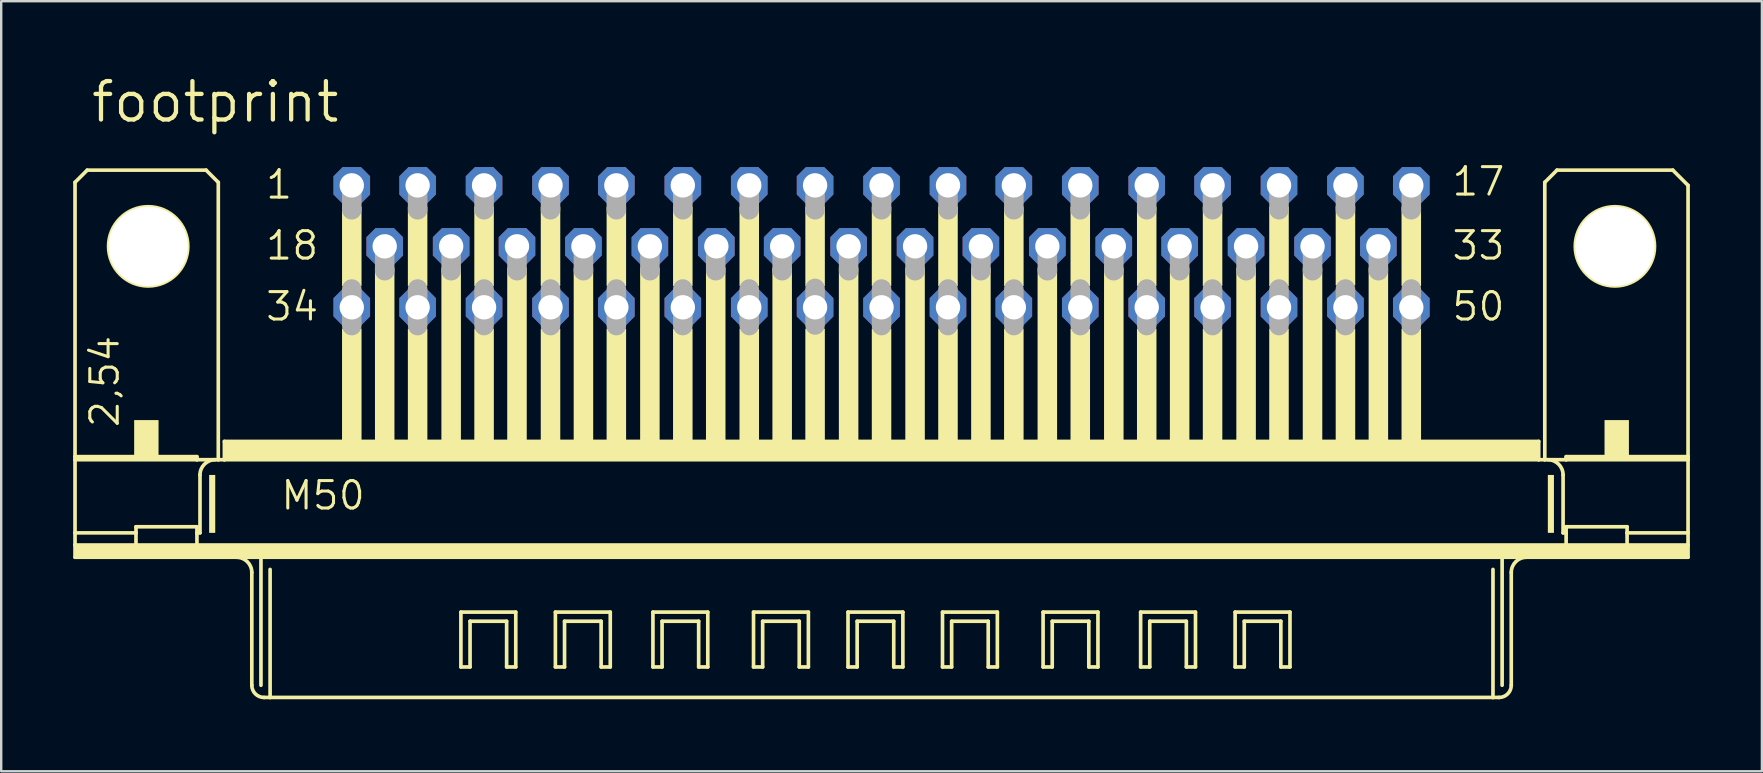
<source format=kicad_pcb>
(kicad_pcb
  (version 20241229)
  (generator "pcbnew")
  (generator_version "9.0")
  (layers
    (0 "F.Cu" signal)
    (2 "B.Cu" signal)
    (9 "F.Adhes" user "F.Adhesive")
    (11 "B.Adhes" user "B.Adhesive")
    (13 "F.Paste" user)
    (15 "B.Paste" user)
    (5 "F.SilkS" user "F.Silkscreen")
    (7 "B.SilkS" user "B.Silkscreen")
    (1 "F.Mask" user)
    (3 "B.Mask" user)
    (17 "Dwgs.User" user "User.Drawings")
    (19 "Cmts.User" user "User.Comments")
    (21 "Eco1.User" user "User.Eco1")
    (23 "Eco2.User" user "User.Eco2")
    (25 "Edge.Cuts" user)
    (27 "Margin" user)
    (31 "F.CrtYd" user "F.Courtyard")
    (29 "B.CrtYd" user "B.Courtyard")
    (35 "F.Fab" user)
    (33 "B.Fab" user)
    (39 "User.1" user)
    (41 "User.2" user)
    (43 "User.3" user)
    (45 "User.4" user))
  (footprint "footprint"
    (layer "F.Cu")
    (at 33.68 7.214)
    (property "Reference" "footprint" (at -33.02 -5.08 0) (layer "F.SilkS") (effects (font (size 1.6 1.6) (thickness 0.178)) (justify left bottom)))
    (fp_line (start -33.604 -2.667) (end -33.604 8.763) (stroke (width 0.152) (type solid)) (layer "F.SilkS"))
    (fp_line (start -33.604 8.89) (end -33.604 8.763) (stroke (width 0.152) (type solid)) (layer "F.SilkS"))
    (fp_line (start -33.604 11.938) (end -33.604 8.89) (stroke (width 0.152) (type solid)) (layer "F.SilkS"))
    (fp_line (start -33.604 12.446) (end -33.604 11.938) (stroke (width 0.152) (type solid)) (layer "F.SilkS"))
    (fp_line (start -33.604 12.954) (end -33.604 12.446) (stroke (width 0.152) (type solid)) (layer "F.SilkS"))
    (fp_line (start -33.096 -3.175) (end -33.604 -2.667) (stroke (width 0.152) (type solid)) (layer "F.SilkS"))
    (fp_line (start -31.064 11.938) (end -33.604 11.938) (stroke (width 0.152) (type solid)) (layer "F.SilkS"))
    (fp_line (start -31.064 11.938) (end -31.064 11.684) (stroke (width 0.152) (type solid)) (layer "F.SilkS"))
    (fp_line (start -31.064 11.938) (end -31.064 12.446) (stroke (width 0.152) (type solid)) (layer "F.SilkS"))
    (fp_line (start -31.064 12.446) (end -33.604 12.446) (stroke (width 0.152) (type solid)) (layer "F.SilkS"))
    (fp_line (start -28.524 8.763) (end -33.604 8.763) (stroke (width 0.152) (type solid)) (layer "F.SilkS"))
    (fp_line (start -28.524 8.763) (end -28.524 8.89) (stroke (width 0.152) (type solid)) (layer "F.SilkS"))
    (fp_line (start -28.524 8.89) (end -33.604 8.89) (stroke (width 0.152) (type solid)) (layer "F.SilkS"))
    (fp_line (start -28.524 11.684) (end -31.064 11.684) (stroke (width 0.152) (type solid)) (layer "F.SilkS"))
    (fp_line (start -28.524 11.684) (end -28.524 11.938) (stroke (width 0.152) (type solid)) (layer "F.SilkS"))
    (fp_line (start -28.524 11.938) (end -28.524 12.446) (stroke (width 0.152) (type solid)) (layer "F.SilkS"))
    (fp_line (start -28.524 12.446) (end -31.064 12.446) (stroke (width 0.152) (type solid)) (layer "F.SilkS"))
    (fp_line (start -28.397 9.525) (end -28.397 11.938) (stroke (width 0.152) (type solid)) (layer "F.SilkS"))
    (fp_line (start -28.397 11.938) (end -28.524 11.938) (stroke (width 0.152) (type solid)) (layer "F.SilkS"))
    (fp_line (start -28.143 -3.175) (end -33.096 -3.175) (stroke (width 0.152) (type solid)) (layer "F.SilkS"))
    (fp_line (start -27.635 -2.667) (end -28.143 -3.175) (stroke (width 0.152) (type solid)) (layer "F.SilkS"))
    (fp_line (start -27.635 -2.667) (end -27.635 8.89) (stroke (width 0.152) (type solid)) (layer "F.SilkS"))
    (fp_line (start -27.635 8.89) (end -28.524 8.89) (stroke (width 0.152) (type solid)) (layer "F.SilkS"))
    (fp_line (start -27.381 8.89) (end -27.635 8.89) (stroke (width 0.152) (type solid)) (layer "F.SilkS"))
    (fp_line (start -27.381 8.89) (end -27.381 8.128) (stroke (width 0.152) (type solid)) (layer "F.SilkS"))
    (fp_line (start -26.238 13.589) (end -26.238 18.288) (stroke (width 0.152) (type solid)) (layer "F.SilkS"))
    (fp_line (start -25.857 12.954) (end -33.604 12.954) (stroke (width 0.152) (type solid)) (layer "F.SilkS"))
    (fp_line (start -25.857 12.954) (end -25.857 18.288) (stroke (width 0.152) (type solid)) (layer "F.SilkS"))
    (fp_line (start -25.476 13.462) (end -25.476 18.796) (stroke (width 0.152) (type solid)) (layer "F.SilkS"))
    (fp_line (start -25.476 18.796) (end -25.73 18.796) (stroke (width 0.152) (type solid)) (layer "F.SilkS"))
    (fp_line (start -17.526 15.24) (end -15.24 15.24) (stroke (width 0.152) (type solid)) (layer "F.SilkS"))
    (fp_line (start -17.526 17.526) (end -17.526 15.24) (stroke (width 0.152) (type solid)) (layer "F.SilkS"))
    (fp_line (start -17.145 15.621) (end -17.145 17.526) (stroke (width 0.152) (type solid)) (layer "F.SilkS"))
    (fp_line (start -17.145 17.526) (end -17.526 17.526) (stroke (width 0.152) (type solid)) (layer "F.SilkS"))
    (fp_line (start -15.621 15.621) (end -17.145 15.621) (stroke (width 0.152) (type solid)) (layer "F.SilkS"))
    (fp_line (start -15.621 17.526) (end -15.621 15.621) (stroke (width 0.152) (type solid)) (layer "F.SilkS"))
    (fp_line (start -15.24 15.24) (end -15.24 17.526) (stroke (width 0.152) (type solid)) (layer "F.SilkS"))
    (fp_line (start -15.24 17.526) (end -15.621 17.526) (stroke (width 0.152) (type solid)) (layer "F.SilkS"))
    (fp_line (start -13.589 15.24) (end -11.303 15.24) (stroke (width 0.152) (type solid)) (layer "F.SilkS"))
    (fp_line (start -13.589 17.526) (end -13.589 15.24) (stroke (width 0.152) (type solid)) (layer "F.SilkS"))
    (fp_line (start -13.208 15.621) (end -13.208 17.526) (stroke (width 0.152) (type solid)) (layer "F.SilkS"))
    (fp_line (start -13.208 17.526) (end -13.589 17.526) (stroke (width 0.152) (type solid)) (layer "F.SilkS"))
    (fp_line (start -11.684 15.621) (end -13.208 15.621) (stroke (width 0.152) (type solid)) (layer "F.SilkS"))
    (fp_line (start -11.684 17.526) (end -11.684 15.621) (stroke (width 0.152) (type solid)) (layer "F.SilkS"))
    (fp_line (start -11.303 15.24) (end -11.303 17.526) (stroke (width 0.152) (type solid)) (layer "F.SilkS"))
    (fp_line (start -11.303 17.526) (end -11.684 17.526) (stroke (width 0.152) (type solid)) (layer "F.SilkS"))
    (fp_line (start -9.525 15.24) (end -7.239 15.24) (stroke (width 0.152) (type solid)) (layer "F.SilkS"))
    (fp_line (start -9.525 17.526) (end -9.525 15.24) (stroke (width 0.152) (type solid)) (layer "F.SilkS"))
    (fp_line (start -9.144 15.621) (end -9.144 17.526) (stroke (width 0.152) (type solid)) (layer "F.SilkS"))
    (fp_line (start -9.144 17.526) (end -9.525 17.526) (stroke (width 0.152) (type solid)) (layer "F.SilkS"))
    (fp_line (start -7.62 15.621) (end -9.144 15.621) (stroke (width 0.152) (type solid)) (layer "F.SilkS"))
    (fp_line (start -7.62 17.526) (end -7.62 15.621) (stroke (width 0.152) (type solid)) (layer "F.SilkS"))
    (fp_line (start -7.239 15.24) (end -7.239 17.526) (stroke (width 0.152) (type solid)) (layer "F.SilkS"))
    (fp_line (start -7.239 17.526) (end -7.62 17.526) (stroke (width 0.152) (type solid)) (layer "F.SilkS"))
    (fp_line (start -5.334 15.24) (end -3.048 15.24) (stroke (width 0.152) (type solid)) (layer "F.SilkS"))
    (fp_line (start -5.334 17.526) (end -5.334 15.24) (stroke (width 0.152) (type solid)) (layer "F.SilkS"))
    (fp_line (start -4.953 15.621) (end -4.953 17.526) (stroke (width 0.152) (type solid)) (layer "F.SilkS"))
    (fp_line (start -4.953 17.526) (end -5.334 17.526) (stroke (width 0.152) (type solid)) (layer "F.SilkS"))
    (fp_line (start -3.429 15.621) (end -4.953 15.621) (stroke (width 0.152) (type solid)) (layer "F.SilkS"))
    (fp_line (start -3.429 17.526) (end -3.429 15.621) (stroke (width 0.152) (type solid)) (layer "F.SilkS"))
    (fp_line (start -3.048 15.24) (end -3.048 17.526) (stroke (width 0.152) (type solid)) (layer "F.SilkS"))
    (fp_line (start -3.048 17.526) (end -3.429 17.526) (stroke (width 0.152) (type solid)) (layer "F.SilkS"))
    (fp_line (start -1.397 15.24) (end 0.889 15.24) (stroke (width 0.152) (type solid)) (layer "F.SilkS"))
    (fp_line (start -1.397 17.526) (end -1.397 15.24) (stroke (width 0.152) (type solid)) (layer "F.SilkS"))
    (fp_line (start -1.016 15.621) (end -1.016 17.526) (stroke (width 0.152) (type solid)) (layer "F.SilkS"))
    (fp_line (start -1.016 17.526) (end -1.397 17.526) (stroke (width 0.152) (type solid)) (layer "F.SilkS"))
    (fp_line (start 0.508 15.621) (end -1.016 15.621) (stroke (width 0.152) (type solid)) (layer "F.SilkS"))
    (fp_line (start 0.508 17.526) (end 0.508 15.621) (stroke (width 0.152) (type solid)) (layer "F.SilkS"))
    (fp_line (start 0.889 15.24) (end 0.889 17.526) (stroke (width 0.152) (type solid)) (layer "F.SilkS"))
    (fp_line (start 0.889 17.526) (end 0.508 17.526) (stroke (width 0.152) (type solid)) (layer "F.SilkS"))
    (fp_line (start 2.54 15.24) (end 4.826 15.24) (stroke (width 0.152) (type solid)) (layer "F.SilkS"))
    (fp_line (start 2.54 17.526) (end 2.54 15.24) (stroke (width 0.152) (type solid)) (layer "F.SilkS"))
    (fp_line (start 2.921 15.621) (end 2.921 17.526) (stroke (width 0.152) (type solid)) (layer "F.SilkS"))
    (fp_line (start 2.921 17.526) (end 2.54 17.526) (stroke (width 0.152) (type solid)) (layer "F.SilkS"))
    (fp_line (start 4.445 15.621) (end 2.921 15.621) (stroke (width 0.152) (type solid)) (layer "F.SilkS"))
    (fp_line (start 4.445 17.526) (end 4.445 15.621) (stroke (width 0.152) (type solid)) (layer "F.SilkS"))
    (fp_line (start 4.826 15.24) (end 4.826 17.526) (stroke (width 0.152) (type solid)) (layer "F.SilkS"))
    (fp_line (start 4.826 17.526) (end 4.445 17.526) (stroke (width 0.152) (type solid)) (layer "F.SilkS"))
    (fp_line (start 6.731 15.24) (end 9.017 15.24) (stroke (width 0.152) (type solid)) (layer "F.SilkS"))
    (fp_line (start 6.731 17.526) (end 6.731 15.24) (stroke (width 0.152) (type solid)) (layer "F.SilkS"))
    (fp_line (start 7.112 15.621) (end 7.112 17.526) (stroke (width 0.152) (type solid)) (layer "F.SilkS"))
    (fp_line (start 7.112 17.526) (end 6.731 17.526) (stroke (width 0.152) (type solid)) (layer "F.SilkS"))
    (fp_line (start 8.636 15.621) (end 7.112 15.621) (stroke (width 0.152) (type solid)) (layer "F.SilkS"))
    (fp_line (start 8.636 17.526) (end 8.636 15.621) (stroke (width 0.152) (type solid)) (layer "F.SilkS"))
    (fp_line (start 9.017 15.24) (end 9.017 17.526) (stroke (width 0.152) (type solid)) (layer "F.SilkS"))
    (fp_line (start 9.017 17.526) (end 8.636 17.526) (stroke (width 0.152) (type solid)) (layer "F.SilkS"))
    (fp_line (start 10.795 15.24) (end 13.081 15.24) (stroke (width 0.152) (type solid)) (layer "F.SilkS"))
    (fp_line (start 10.795 17.526) (end 10.795 15.24) (stroke (width 0.152) (type solid)) (layer "F.SilkS"))
    (fp_line (start 11.176 15.621) (end 11.176 17.526) (stroke (width 0.152) (type solid)) (layer "F.SilkS"))
    (fp_line (start 11.176 17.526) (end 10.795 17.526) (stroke (width 0.152) (type solid)) (layer "F.SilkS"))
    (fp_line (start 12.7 15.621) (end 11.176 15.621) (stroke (width 0.152) (type solid)) (layer "F.SilkS"))
    (fp_line (start 12.7 17.526) (end 12.7 15.621) (stroke (width 0.152) (type solid)) (layer "F.SilkS"))
    (fp_line (start 13.081 15.24) (end 13.081 17.526) (stroke (width 0.152) (type solid)) (layer "F.SilkS"))
    (fp_line (start 13.081 17.526) (end 12.7 17.526) (stroke (width 0.152) (type solid)) (layer "F.SilkS"))
    (fp_line (start 14.732 15.24) (end 17.018 15.24) (stroke (width 0.152) (type solid)) (layer "F.SilkS"))
    (fp_line (start 14.732 17.526) (end 14.732 15.24) (stroke (width 0.152) (type solid)) (layer "F.SilkS"))
    (fp_line (start 15.113 15.621) (end 15.113 17.526) (stroke (width 0.152) (type solid)) (layer "F.SilkS"))
    (fp_line (start 15.113 17.526) (end 14.732 17.526) (stroke (width 0.152) (type solid)) (layer "F.SilkS"))
    (fp_line (start 16.637 15.621) (end 15.113 15.621) (stroke (width 0.152) (type solid)) (layer "F.SilkS"))
    (fp_line (start 16.637 17.526) (end 16.637 15.621) (stroke (width 0.152) (type solid)) (layer "F.SilkS"))
    (fp_line (start 17.018 15.24) (end 17.018 17.526) (stroke (width 0.152) (type solid)) (layer "F.SilkS"))
    (fp_line (start 17.018 17.526) (end 16.637 17.526) (stroke (width 0.152) (type solid)) (layer "F.SilkS"))
    (fp_line (start 25.476 13.462) (end 25.476 18.796) (stroke (width 0.152) (type solid)) (layer "F.SilkS"))
    (fp_line (start 25.476 18.796) (end -25.476 18.796) (stroke (width 0.152) (type solid)) (layer "F.SilkS"))
    (fp_line (start 25.73 18.796) (end 25.476 18.796) (stroke (width 0.152) (type solid)) (layer "F.SilkS"))
    (fp_line (start 25.857 12.954) (end -25.857 12.954) (stroke (width 0.152) (type solid)) (layer "F.SilkS"))
    (fp_line (start 25.857 12.954) (end 25.857 18.288) (stroke (width 0.152) (type solid)) (layer "F.SilkS"))
    (fp_line (start 26.238 13.589) (end 26.238 18.288) (stroke (width 0.152) (type solid)) (layer "F.SilkS"))
    (fp_line (start 27.381 8.128) (end -27.381 8.128) (stroke (width 0.152) (type solid)) (layer "F.SilkS"))
    (fp_line (start 27.381 8.89) (end -27.381 8.89) (stroke (width 0.152) (type solid)) (layer "F.SilkS"))
    (fp_line (start 27.381 8.89) (end 27.381 8.128) (stroke (width 0.152) (type solid)) (layer "F.SilkS"))
    (fp_line (start 27.635 -2.667) (end 27.635 8.89) (stroke (width 0.152) (type solid)) (layer "F.SilkS"))
    (fp_line (start 27.635 8.89) (end 27.381 8.89) (stroke (width 0.152) (type solid)) (layer "F.SilkS"))
    (fp_line (start 28.143 -3.175) (end 27.635 -2.667) (stroke (width 0.152) (type solid)) (layer "F.SilkS"))
    (fp_line (start 28.143 -3.175) (end 32.969 -3.175) (stroke (width 0.152) (type solid)) (layer "F.SilkS"))
    (fp_line (start 28.397 9.525) (end 28.397 11.938) (stroke (width 0.152) (type solid)) (layer "F.SilkS"))
    (fp_line (start 28.524 8.763) (end 28.524 8.89) (stroke (width 0.152) (type solid)) (layer "F.SilkS"))
    (fp_line (start 28.524 8.89) (end 27.635 8.89) (stroke (width 0.152) (type solid)) (layer "F.SilkS"))
    (fp_line (start 28.524 11.684) (end 28.524 11.938) (stroke (width 0.152) (type solid)) (layer "F.SilkS"))
    (fp_line (start 28.524 11.938) (end 28.397 11.938) (stroke (width 0.152) (type solid)) (layer "F.SilkS"))
    (fp_line (start 28.524 11.938) (end 28.524 12.446) (stroke (width 0.152) (type solid)) (layer "F.SilkS"))
    (fp_line (start 28.524 12.446) (end -28.524 12.446) (stroke (width 0.152) (type solid)) (layer "F.SilkS"))
    (fp_line (start 31.064 11.684) (end 28.524 11.684) (stroke (width 0.152) (type solid)) (layer "F.SilkS"))
    (fp_line (start 31.064 11.938) (end 31.064 11.684) (stroke (width 0.152) (type solid)) (layer "F.SilkS"))
    (fp_line (start 31.064 11.938) (end 31.064 12.446) (stroke (width 0.152) (type solid)) (layer "F.SilkS"))
    (fp_line (start 31.064 12.446) (end 28.524 12.446) (stroke (width 0.152) (type solid)) (layer "F.SilkS"))
    (fp_line (start 32.969 -3.175) (end 33.604 -2.54) (stroke (width 0.152) (type solid)) (layer "F.SilkS"))
    (fp_line (start 33.604 -2.54) (end 33.604 8.763) (stroke (width 0.152) (type solid)) (layer "F.SilkS"))
    (fp_line (start 33.604 8.763) (end 28.524 8.763) (stroke (width 0.152) (type solid)) (layer "F.SilkS"))
    (fp_line (start 33.604 8.89) (end 28.524 8.89) (stroke (width 0.152) (type solid)) (layer "F.SilkS"))
    (fp_line (start 33.604 8.89) (end 33.604 8.763) (stroke (width 0.152) (type solid)) (layer "F.SilkS"))
    (fp_line (start 33.604 8.89) (end 33.604 11.938) (stroke (width 0.152) (type solid)) (layer "F.SilkS"))
    (fp_line (start 33.604 11.938) (end 31.064 11.938) (stroke (width 0.152) (type solid)) (layer "F.SilkS"))
    (fp_line (start 33.604 11.938) (end 33.604 12.446) (stroke (width 0.152) (type solid)) (layer "F.SilkS"))
    (fp_line (start 33.604 12.446) (end 31.064 12.446) (stroke (width 0.152) (type solid)) (layer "F.SilkS"))
    (fp_line (start 33.604 12.446) (end 33.604 12.954) (stroke (width 0.152) (type solid)) (layer "F.SilkS"))
    (fp_line (start 33.604 12.954) (end 25.857 12.954) (stroke (width 0.152) (type solid)) (layer "F.SilkS"))
    (fp_arc (start -28.3972 9.525) (mid -28.211213 9.075987) (end -27.7622 8.89) (stroke (width 0.1524) (type solid)) (layer "F.SilkS"))
    (fp_arc (start -26.8732 12.954) (mid -26.424187 13.139987) (end -26.2382 13.589) (stroke (width 0.1524) (type solid)) (layer "F.SilkS"))
    (fp_arc (start -25.7302 18.796) (mid -26.08941 18.64721) (end -26.2382 18.288) (stroke (width 0.1524) (type solid)) (layer "F.SilkS"))
    (fp_arc (start 26.2382 13.589) (mid 26.424187 13.139987) (end 26.8732 12.954) (stroke (width 0.1524) (type solid)) (layer "F.SilkS"))
    (fp_arc (start 26.2382 18.288) (mid 26.08941 18.64721) (end 25.7302 18.796) (stroke (width 0.1524) (type solid)) (layer "F.SilkS"))
    (fp_arc (start 27.7622 8.89) (mid 28.211213 9.075987) (end 28.3972 9.525) (stroke (width 0.1524) (type solid)) (layer "F.SilkS"))
    (fp_circle (center -30.556 0) (end -28.905 0) (stroke (width 0.152) (type solid)) (fill no) (layer "F.SilkS"))
    (fp_circle (center 30.556 0) (end 32.207 0) (stroke (width 0.152) (type solid)) (fill no) (layer "F.SilkS"))
    (fp_poly (pts (xy -33.604 12.954) (xy 33.579 12.954) (xy 33.579 12.446) (xy -33.604 12.446)) (stroke (width 0) (type solid)) (fill yes) (layer "F.SilkS"))
    (fp_poly (pts (xy -31.14 8.89) (xy -30.124 8.89) (xy -30.124 7.239) (xy -31.14 7.239)) (stroke (width 0) (type solid)) (fill yes) (layer "F.SilkS"))
    (fp_poly (pts (xy -28.016 11.938) (xy -27.762 11.938) (xy -27.762 9.525) (xy -28.016 9.525)) (stroke (width 0) (type solid)) (fill yes) (layer "F.SilkS"))
    (fp_poly (pts (xy -27.381 8.89) (xy 27.356 8.89) (xy 27.356 8.128) (xy -27.381 8.128)) (stroke (width 0) (type solid)) (fill yes) (layer "F.SilkS"))
    (fp_poly (pts (xy -22.479 1.651) (xy -21.666 1.651) (xy -21.666 -1.651) (xy -22.479 -1.651)) (stroke (width 0) (type solid)) (fill yes) (layer "F.SilkS"))
    (fp_poly (pts (xy -22.479 8.128) (xy -21.666 8.128) (xy -21.666 3.429) (xy -22.479 3.429)) (stroke (width 0) (type solid)) (fill yes) (layer "F.SilkS"))
    (fp_poly (pts (xy -21.107 8.128) (xy -20.295 8.128) (xy -20.295 0.889) (xy -21.107 0.889)) (stroke (width 0) (type solid)) (fill yes) (layer "F.SilkS"))
    (fp_poly (pts (xy -19.736 1.651) (xy -18.923 1.651) (xy -18.923 -1.651) (xy -19.736 -1.651)) (stroke (width 0) (type solid)) (fill yes) (layer "F.SilkS"))
    (fp_poly (pts (xy -19.736 8.128) (xy -18.923 8.128) (xy -18.923 3.429) (xy -19.736 3.429)) (stroke (width 0) (type solid)) (fill yes) (layer "F.SilkS"))
    (fp_poly (pts (xy -18.339 8.128) (xy -17.526 8.128) (xy -17.526 0.889) (xy -18.339 0.889)) (stroke (width 0) (type solid)) (fill yes) (layer "F.SilkS"))
    (fp_poly (pts (xy -16.967 1.651) (xy -16.154 1.651) (xy -16.154 -1.651) (xy -16.967 -1.651)) (stroke (width 0) (type solid)) (fill yes) (layer "F.SilkS"))
    (fp_poly (pts (xy -16.967 8.128) (xy -16.154 8.128) (xy -16.154 3.429) (xy -16.967 3.429)) (stroke (width 0) (type solid)) (fill yes) (layer "F.SilkS"))
    (fp_poly (pts (xy -15.596 8.128) (xy -14.783 8.128) (xy -14.783 0.889) (xy -15.596 0.889)) (stroke (width 0) (type solid)) (fill yes) (layer "F.SilkS"))
    (fp_poly (pts (xy -14.199 1.651) (xy -13.386 1.651) (xy -13.386 -1.651) (xy -14.199 -1.651)) (stroke (width 0) (type solid)) (fill yes) (layer "F.SilkS"))
    (fp_poly (pts (xy -14.199 8.128) (xy -13.386 8.128) (xy -13.386 3.429) (xy -14.199 3.429)) (stroke (width 0) (type solid)) (fill yes) (layer "F.SilkS"))
    (fp_poly (pts (xy -12.827 8.128) (xy -12.014 8.128) (xy -12.014 0.889) (xy -12.827 0.889)) (stroke (width 0) (type solid)) (fill yes) (layer "F.SilkS"))
    (fp_poly (pts (xy -11.455 1.651) (xy -10.643 1.651) (xy -10.643 -1.651) (xy -11.455 -1.651)) (stroke (width 0) (type solid)) (fill yes) (layer "F.SilkS"))
    (fp_poly (pts (xy -11.455 8.128) (xy -10.643 8.128) (xy -10.643 3.429) (xy -11.455 3.429)) (stroke (width 0) (type solid)) (fill yes) (layer "F.SilkS"))
    (fp_poly (pts (xy -10.058 8.128) (xy -9.246 8.128) (xy -9.246 0.889) (xy -10.058 0.889)) (stroke (width 0) (type solid)) (fill yes) (layer "F.SilkS"))
    (fp_poly (pts (xy -8.687 1.651) (xy -7.874 1.651) (xy -7.874 -1.651) (xy -8.687 -1.651)) (stroke (width 0) (type solid)) (fill yes) (layer "F.SilkS"))
    (fp_poly (pts (xy -8.687 8.128) (xy -7.874 8.128) (xy -7.874 3.429) (xy -8.687 3.429)) (stroke (width 0) (type solid)) (fill yes) (layer "F.SilkS"))
    (fp_poly (pts (xy -7.315 8.128) (xy -6.502 8.128) (xy -6.502 0.889) (xy -7.315 0.889)) (stroke (width 0) (type solid)) (fill yes) (layer "F.SilkS"))
    (fp_poly (pts (xy -5.918 1.651) (xy -5.105 1.651) (xy -5.105 -1.651) (xy -5.918 -1.651)) (stroke (width 0) (type solid)) (fill yes) (layer "F.SilkS"))
    (fp_poly (pts (xy -5.918 8.128) (xy -5.105 8.128) (xy -5.105 3.429) (xy -5.918 3.429)) (stroke (width 0) (type solid)) (fill yes) (layer "F.SilkS"))
    (fp_poly (pts (xy -4.547 8.128) (xy -3.734 8.128) (xy -3.734 0.889) (xy -4.547 0.889)) (stroke (width 0) (type solid)) (fill yes) (layer "F.SilkS"))
    (fp_poly (pts (xy -3.175 1.651) (xy -2.362 1.651) (xy -2.362 -1.651) (xy -3.175 -1.651)) (stroke (width 0) (type solid)) (fill yes) (layer "F.SilkS"))
    (fp_poly (pts (xy -3.175 8.128) (xy -2.362 8.128) (xy -2.362 3.429) (xy -3.175 3.429)) (stroke (width 0) (type solid)) (fill yes) (layer "F.SilkS"))
    (fp_poly (pts (xy -1.778 8.128) (xy -0.965 8.128) (xy -0.965 0.889) (xy -1.778 0.889)) (stroke (width 0) (type solid)) (fill yes) (layer "F.SilkS"))
    (fp_poly (pts (xy -0.406 1.651) (xy 0.406 1.651) (xy 0.406 -1.651) (xy -0.406 -1.651)) (stroke (width 0) (type solid)) (fill yes) (layer "F.SilkS"))
    (fp_poly (pts (xy -0.406 8.128) (xy 0.406 8.128) (xy 0.406 3.429) (xy -0.406 3.429)) (stroke (width 0) (type solid)) (fill yes) (layer "F.SilkS"))
    (fp_poly (pts (xy 0.991 8.128) (xy 1.803 8.128) (xy 1.803 0.889) (xy 0.991 0.889)) (stroke (width 0) (type solid)) (fill yes) (layer "F.SilkS"))
    (fp_poly (pts (xy 2.362 1.651) (xy 3.175 1.651) (xy 3.175 -1.651) (xy 2.362 -1.651)) (stroke (width 0) (type solid)) (fill yes) (layer "F.SilkS"))
    (fp_poly (pts (xy 2.362 8.128) (xy 3.175 8.128) (xy 3.175 3.429) (xy 2.362 3.429)) (stroke (width 0) (type solid)) (fill yes) (layer "F.SilkS"))
    (fp_poly (pts (xy 3.734 8.128) (xy 4.547 8.128) (xy 4.547 0.889) (xy 3.734 0.889)) (stroke (width 0) (type solid)) (fill yes) (layer "F.SilkS"))
    (fp_poly (pts (xy 5.105 1.651) (xy 5.918 1.651) (xy 5.918 -1.651) (xy 5.105 -1.651)) (stroke (width 0) (type solid)) (fill yes) (layer "F.SilkS"))
    (fp_poly (pts (xy 5.105 8.128) (xy 5.918 8.128) (xy 5.918 3.429) (xy 5.105 3.429)) (stroke (width 0) (type solid)) (fill yes) (layer "F.SilkS"))
    (fp_poly (pts (xy 6.502 8.128) (xy 7.315 8.128) (xy 7.315 0.889) (xy 6.502 0.889)) (stroke (width 0) (type solid)) (fill yes) (layer "F.SilkS"))
    (fp_poly (pts (xy 7.874 1.651) (xy 8.687 1.651) (xy 8.687 -1.651) (xy 7.874 -1.651)) (stroke (width 0) (type solid)) (fill yes) (layer "F.SilkS"))
    (fp_poly (pts (xy 7.874 8.128) (xy 8.687 8.128) (xy 8.687 3.429) (xy 7.874 3.429)) (stroke (width 0) (type solid)) (fill yes) (layer "F.SilkS"))
    (fp_poly (pts (xy 9.271 8.128) (xy 10.084 8.128) (xy 10.084 0.889) (xy 9.271 0.889)) (stroke (width 0) (type solid)) (fill yes) (layer "F.SilkS"))
    (fp_poly (pts (xy 10.643 1.651) (xy 11.455 1.651) (xy 11.455 -1.651) (xy 10.643 -1.651)) (stroke (width 0) (type solid)) (fill yes) (layer "F.SilkS"))
    (fp_poly (pts (xy 10.643 8.128) (xy 11.455 8.128) (xy 11.455 3.429) (xy 10.643 3.429)) (stroke (width 0) (type solid)) (fill yes) (layer "F.SilkS"))
    (fp_poly (pts (xy 12.014 8.128) (xy 12.827 8.128) (xy 12.827 0.889) (xy 12.014 0.889)) (stroke (width 0) (type solid)) (fill yes) (layer "F.SilkS"))
    (fp_poly (pts (xy 13.386 1.651) (xy 14.199 1.651) (xy 14.199 -1.651) (xy 13.386 -1.651)) (stroke (width 0) (type solid)) (fill yes) (layer "F.SilkS"))
    (fp_poly (pts (xy 13.386 8.128) (xy 14.199 8.128) (xy 14.199 3.429) (xy 13.386 3.429)) (stroke (width 0) (type solid)) (fill yes) (layer "F.SilkS"))
    (fp_poly (pts (xy 14.783 8.128) (xy 15.596 8.128) (xy 15.596 0.889) (xy 14.783 0.889)) (stroke (width 0) (type solid)) (fill yes) (layer "F.SilkS"))
    (fp_poly (pts (xy 16.154 1.651) (xy 16.967 1.651) (xy 16.967 -1.651) (xy 16.154 -1.651)) (stroke (width 0) (type solid)) (fill yes) (layer "F.SilkS"))
    (fp_poly (pts (xy 16.154 8.128) (xy 16.967 8.128) (xy 16.967 3.429) (xy 16.154 3.429)) (stroke (width 0) (type solid)) (fill yes) (layer "F.SilkS"))
    (fp_poly (pts (xy 17.551 8.128) (xy 18.364 8.128) (xy 18.364 0.889) (xy 17.551 0.889)) (stroke (width 0) (type solid)) (fill yes) (layer "F.SilkS"))
    (fp_poly (pts (xy 18.923 1.626) (xy 19.736 1.626) (xy 19.736 -1.676) (xy 18.923 -1.676)) (stroke (width 0) (type solid)) (fill yes) (layer "F.SilkS"))
    (fp_poly (pts (xy 18.923 8.128) (xy 19.736 8.128) (xy 19.736 3.429) (xy 18.923 3.429)) (stroke (width 0) (type solid)) (fill yes) (layer "F.SilkS"))
    (fp_poly (pts (xy 20.295 8.128) (xy 21.107 8.128) (xy 21.107 0.889) (xy 20.295 0.889)) (stroke (width 0) (type solid)) (fill yes) (layer "F.SilkS"))
    (fp_poly (pts (xy 21.666 1.651) (xy 22.479 1.651) (xy 22.479 -1.651) (xy 21.666 -1.651)) (stroke (width 0) (type solid)) (fill yes) (layer "F.SilkS"))
    (fp_poly (pts (xy 21.666 8.128) (xy 22.479 8.128) (xy 22.479 3.429) (xy 21.666 3.429)) (stroke (width 0) (type solid)) (fill yes) (layer "F.SilkS"))
    (fp_poly (pts (xy 27.762 11.938) (xy 28.016 11.938) (xy 28.016 9.525) (xy 27.762 9.525)) (stroke (width 0) (type solid)) (fill yes) (layer "F.SilkS"))
    (fp_poly (pts (xy 30.124 8.89) (xy 31.14 8.89) (xy 31.14 7.239) (xy 30.124 7.239)) (stroke (width 0) (type solid)) (fill yes) (layer "F.SilkS"))
    (fp_line (start -22.073 -2.54) (end -22.073 -1.524) (stroke (width 0.813) (type solid)) (layer "F.Fab"))
    (fp_line (start -22.073 1.778) (end -22.073 3.302) (stroke (width 0.813) (type solid)) (layer "F.Fab"))
    (fp_line (start -20.701 0) (end -20.701 1.016) (stroke (width 0.813) (type solid)) (layer "F.Fab"))
    (fp_line (start -19.329 -2.54) (end -19.329 -1.524) (stroke (width 0.813) (type solid)) (layer "F.Fab"))
    (fp_line (start -19.329 1.778) (end -19.329 3.302) (stroke (width 0.813) (type solid)) (layer "F.Fab"))
    (fp_line (start -17.932 0) (end -17.932 1.016) (stroke (width 0.813) (type solid)) (layer "F.Fab"))
    (fp_line (start -16.561 -2.54) (end -16.561 -1.524) (stroke (width 0.813) (type solid)) (layer "F.Fab"))
    (fp_line (start -16.561 1.778) (end -16.561 3.302) (stroke (width 0.813) (type solid)) (layer "F.Fab"))
    (fp_line (start -15.189 0) (end -15.189 1.016) (stroke (width 0.813) (type solid)) (layer "F.Fab"))
    (fp_line (start -13.792 -2.54) (end -13.792 -1.524) (stroke (width 0.813) (type solid)) (layer "F.Fab"))
    (fp_line (start -13.792 1.778) (end -13.792 3.302) (stroke (width 0.813) (type solid)) (layer "F.Fab"))
    (fp_line (start -12.421 0) (end -12.421 1.016) (stroke (width 0.813) (type solid)) (layer "F.Fab"))
    (fp_line (start -11.049 -2.54) (end -11.049 -1.524) (stroke (width 0.813) (type solid)) (layer "F.Fab"))
    (fp_line (start -11.049 1.778) (end -11.049 3.302) (stroke (width 0.813) (type solid)) (layer "F.Fab"))
    (fp_line (start -9.652 0) (end -9.652 1.016) (stroke (width 0.813) (type solid)) (layer "F.Fab"))
    (fp_line (start -8.28 -2.54) (end -8.28 -1.524) (stroke (width 0.813) (type solid)) (layer "F.Fab"))
    (fp_line (start -8.28 1.778) (end -8.28 3.302) (stroke (width 0.813) (type solid)) (layer "F.Fab"))
    (fp_line (start -6.909 0) (end -6.909 1.016) (stroke (width 0.813) (type solid)) (layer "F.Fab"))
    (fp_line (start -5.512 -2.54) (end -5.512 -1.524) (stroke (width 0.813) (type solid)) (layer "F.Fab"))
    (fp_line (start -5.512 1.778) (end -5.512 3.302) (stroke (width 0.813) (type solid)) (layer "F.Fab"))
    (fp_line (start -4.14 0) (end -4.14 1.016) (stroke (width 0.813) (type solid)) (layer "F.Fab"))
    (fp_line (start -2.769 -2.54) (end -2.769 -1.524) (stroke (width 0.813) (type solid)) (layer "F.Fab"))
    (fp_line (start -2.769 1.753) (end -2.769 3.277) (stroke (width 0.813) (type solid)) (layer "F.Fab"))
    (fp_line (start -1.372 0) (end -1.372 1.016) (stroke (width 0.813) (type solid)) (layer "F.Fab"))
    (fp_line (start 0 -2.54) (end 0 -1.524) (stroke (width 0.813) (type solid)) (layer "F.Fab"))
    (fp_line (start 0 1.778) (end 0 3.302) (stroke (width 0.813) (type solid)) (layer "F.Fab"))
    (fp_line (start 1.397 0) (end 1.397 1.016) (stroke (width 0.813) (type solid)) (layer "F.Fab"))
    (fp_line (start 2.769 -2.54) (end 2.769 -1.524) (stroke (width 0.813) (type solid)) (layer "F.Fab"))
    (fp_line (start 2.769 1.778) (end 2.769 3.302) (stroke (width 0.813) (type solid)) (layer "F.Fab"))
    (fp_line (start 4.14 0) (end 4.14 1.016) (stroke (width 0.813) (type solid)) (layer "F.Fab"))
    (fp_line (start 5.512 -2.54) (end 5.512 -1.524) (stroke (width 0.813) (type solid)) (layer "F.Fab"))
    (fp_line (start 5.512 1.778) (end 5.512 3.302) (stroke (width 0.813) (type solid)) (layer "F.Fab"))
    (fp_line (start 6.909 0) (end 6.909 1.016) (stroke (width 0.813) (type solid)) (layer "F.Fab"))
    (fp_line (start 8.28 -2.54) (end 8.28 -1.524) (stroke (width 0.813) (type solid)) (layer "F.Fab"))
    (fp_line (start 8.28 1.778) (end 8.28 3.302) (stroke (width 0.813) (type solid)) (layer "F.Fab"))
    (fp_line (start 9.677 0) (end 9.677 1.016) (stroke (width 0.813) (type solid)) (layer "F.Fab"))
    (fp_line (start 11.049 -2.54) (end 11.049 -1.524) (stroke (width 0.813) (type solid)) (layer "F.Fab"))
    (fp_line (start 11.049 1.778) (end 11.049 3.302) (stroke (width 0.813) (type solid)) (layer "F.Fab"))
    (fp_line (start 12.421 0) (end 12.421 1.016) (stroke (width 0.813) (type solid)) (layer "F.Fab"))
    (fp_line (start 13.792 -2.54) (end 13.792 -1.524) (stroke (width 0.813) (type solid)) (layer "F.Fab"))
    (fp_line (start 13.792 1.778) (end 13.792 3.302) (stroke (width 0.813) (type solid)) (layer "F.Fab"))
    (fp_line (start 15.189 0) (end 15.189 1.016) (stroke (width 0.813) (type solid)) (layer "F.Fab"))
    (fp_line (start 16.561 -2.54) (end 16.561 -1.524) (stroke (width 0.813) (type solid)) (layer "F.Fab"))
    (fp_line (start 16.561 1.778) (end 16.561 3.302) (stroke (width 0.813) (type solid)) (layer "F.Fab"))
    (fp_line (start 17.958 0) (end 17.958 1.016) (stroke (width 0.813) (type solid)) (layer "F.Fab"))
    (fp_line (start 19.329 -2.54) (end 19.329 -1.524) (stroke (width 0.813) (type solid)) (layer "F.Fab"))
    (fp_line (start 19.329 1.778) (end 19.329 3.302) (stroke (width 0.813) (type solid)) (layer "F.Fab"))
    (fp_line (start 20.701 0) (end 20.701 1.016) (stroke (width 0.813) (type solid)) (layer "F.Fab"))
    (fp_line (start 22.073 -2.54) (end 22.073 -1.524) (stroke (width 0.813) (type solid)) (layer "F.Fab"))
    (fp_line (start 22.073 1.778) (end 22.073 3.302) (stroke (width 0.813) (type solid)) (layer "F.Fab"))
    (fp_text user "1" (at -25.73 -1.905 0) (layer "F.SilkS") (effects (font (size 1.143 1.143) (thickness 0.127)) (justify left bottom)))
    (fp_text user "50" (at 23.698 3.175 0) (layer "F.SilkS") (effects (font (size 1.143 1.143) (thickness 0.127)) (justify left bottom)))
    (fp_text user "34" (at -25.73 3.175 0) (layer "F.SilkS") (effects (font (size 1.143 1.143) (thickness 0.127)) (justify left bottom)))
    (fp_text user "M50" (at -25.095 11.049 0) (layer "F.SilkS") (effects (font (size 1.143 1.143) (thickness 0.127)) (justify left bottom)))
    (fp_text user "17" (at 23.698 -2.032 0) (layer "F.SilkS") (effects (font (size 1.143 1.143) (thickness 0.127)) (justify left bottom)))
    (fp_text user "2,54" (at -31.699 7.62 90) (layer "F.SilkS") (effects (font (size 1.143 1.143) (thickness 0.127)) (justify left bottom)))
    (fp_text user "18" (at -25.73 0.635 0) (layer "F.SilkS") (effects (font (size 1.143 1.143) (thickness 0.127)) (justify left bottom)))
    (fp_text user "33" (at 23.698 0.635 0) (layer "F.SilkS") (effects (font (size 1.143 1.143) (thickness 0.127)) (justify left bottom)))
    (pad "" np_thru_hole circle (at -30.556 0) (size 3.302 3.302) (drill 3.302) (layers "*.Cu" "*.Mask"))
    (pad "" np_thru_hole circle (at 30.556 0) (size 3.302 3.302) (drill 3.302) (layers "*.Cu" "*.Mask"))
    (pad "1" thru_hole roundrect (at -22.073 -2.54) (size 1.524 1.524) (drill 1.016) (layers "*.Cu" "*.Mask") (roundrect_rratio 0.25) (chamfer_ratio 0.25) (chamfer top_left top_right bottom_left bottom_right))
    (pad "2" thru_hole roundrect (at -19.329 -2.54) (size 1.524 1.524) (drill 1.016) (layers "*.Cu" "*.Mask") (roundrect_rratio 0.25) (chamfer_ratio 0.25) (chamfer top_left top_right bottom_left bottom_right))
    (pad "3" thru_hole roundrect (at -16.561 -2.54) (size 1.524 1.524) (drill 1.016) (layers "*.Cu" "*.Mask") (roundrect_rratio 0.25) (chamfer_ratio 0.25) (chamfer top_left top_right bottom_left bottom_right))
    (pad "4" thru_hole roundrect (at -13.792 -2.54) (size 1.524 1.524) (drill 1.016) (layers "*.Cu" "*.Mask") (roundrect_rratio 0.25) (chamfer_ratio 0.25) (chamfer top_left top_right bottom_left bottom_right))
    (pad "5" thru_hole roundrect (at -11.049 -2.54) (size 1.524 1.524) (drill 1.016) (layers "*.Cu" "*.Mask") (roundrect_rratio 0.25) (chamfer_ratio 0.25) (chamfer top_left top_right bottom_left bottom_right))
    (pad "6" thru_hole roundrect (at -8.28 -2.54) (size 1.524 1.524) (drill 1.016) (layers "*.Cu" "*.Mask") (roundrect_rratio 0.25) (chamfer_ratio 0.25) (chamfer top_left top_right bottom_left bottom_right))
    (pad "7" thru_hole roundrect (at -5.512 -2.54) (size 1.524 1.524) (drill 1.016) (layers "*.Cu" "*.Mask") (roundrect_rratio 0.25) (chamfer_ratio 0.25) (chamfer top_left top_right bottom_left bottom_right))
    (pad "8" thru_hole roundrect (at -2.769 -2.54) (size 1.524 1.524) (drill 1.016) (layers "*.Cu" "*.Mask") (roundrect_rratio 0.25) (chamfer_ratio 0.25) (chamfer top_left top_right bottom_left bottom_right))
    (pad "9" thru_hole roundrect (at 0 -2.54) (size 1.524 1.524) (drill 1.016) (layers "*.Cu" "*.Mask") (roundrect_rratio 0.25) (chamfer_ratio 0.25) (chamfer top_left top_right bottom_left bottom_right))
    (pad "10" thru_hole roundrect (at 2.769 -2.54) (size 1.524 1.524) (drill 1.016) (layers "*.Cu" "*.Mask") (roundrect_rratio 0.25) (chamfer_ratio 0.25) (chamfer top_left top_right bottom_left bottom_right))
    (pad "11" thru_hole roundrect (at 5.512 -2.54) (size 1.524 1.524) (drill 1.016) (layers "*.Cu" "*.Mask") (roundrect_rratio 0.25) (chamfer_ratio 0.25) (chamfer top_left top_right bottom_left bottom_right))
    (pad "12" thru_hole roundrect (at 8.28 -2.54) (size 1.524 1.524) (drill 1.016) (layers "*.Cu" "*.Mask") (roundrect_rratio 0.25) (chamfer_ratio 0.25) (chamfer top_left top_right bottom_left bottom_right))
    (pad "13" thru_hole roundrect (at 11.049 -2.54) (size 1.524 1.524) (drill 1.016) (layers "*.Cu" "*.Mask") (roundrect_rratio 0.25) (chamfer_ratio 0.25) (chamfer top_left top_right bottom_left bottom_right))
    (pad "14" thru_hole roundrect (at 13.792 -2.54) (size 1.524 1.524) (drill 1.016) (layers "*.Cu" "*.Mask") (roundrect_rratio 0.25) (chamfer_ratio 0.25) (chamfer top_left top_right bottom_left bottom_right))
    (pad "15" thru_hole roundrect (at 16.561 -2.54) (size 1.524 1.524) (drill 1.016) (layers "*.Cu" "*.Mask") (roundrect_rratio 0.25) (chamfer_ratio 0.25) (chamfer top_left top_right bottom_left bottom_right))
    (pad "16" thru_hole roundrect (at 19.329 -2.54) (size 1.524 1.524) (drill 1.016) (layers "*.Cu" "*.Mask") (roundrect_rratio 0.25) (chamfer_ratio 0.25) (chamfer top_left top_right bottom_left bottom_right))
    (pad "17" thru_hole roundrect (at 22.073 -2.54) (size 1.524 1.524) (drill 1.016) (layers "*.Cu" "*.Mask") (roundrect_rratio 0.25) (chamfer_ratio 0.25) (chamfer top_left top_right bottom_left bottom_right))
    (pad "18" thru_hole roundrect (at -20.701 0) (size 1.524 1.524) (drill 1.016) (layers "*.Cu" "*.Mask") (roundrect_rratio 0.25) (chamfer_ratio 0.25) (chamfer top_left top_right bottom_left bottom_right))
    (pad "19" thru_hole roundrect (at -17.932 0) (size 1.524 1.524) (drill 1.016) (layers "*.Cu" "*.Mask") (roundrect_rratio 0.25) (chamfer_ratio 0.25) (chamfer top_left top_right bottom_left bottom_right))
    (pad "20" thru_hole roundrect (at -15.189 0) (size 1.524 1.524) (drill 1.016) (layers "*.Cu" "*.Mask") (roundrect_rratio 0.25) (chamfer_ratio 0.25) (chamfer top_left top_right bottom_left bottom_right))
    (pad "21" thru_hole roundrect (at -12.421 0) (size 1.524 1.524) (drill 1.016) (layers "*.Cu" "*.Mask") (roundrect_rratio 0.25) (chamfer_ratio 0.25) (chamfer top_left top_right bottom_left bottom_right))
    (pad "22" thru_hole roundrect (at -9.652 0) (size 1.524 1.524) (drill 1.016) (layers "*.Cu" "*.Mask") (roundrect_rratio 0.25) (chamfer_ratio 0.25) (chamfer top_left top_right bottom_left bottom_right))
    (pad "23" thru_hole roundrect (at -6.883 0) (size 1.524 1.524) (drill 1.016) (layers "*.Cu" "*.Mask") (roundrect_rratio 0.25) (chamfer_ratio 0.25) (chamfer top_left top_right bottom_left bottom_right))
    (pad "24" thru_hole roundrect (at -4.14 0) (size 1.524 1.524) (drill 1.016) (layers "*.Cu" "*.Mask") (roundrect_rratio 0.25) (chamfer_ratio 0.25) (chamfer top_left top_right bottom_left bottom_right))
    (pad "25" thru_hole roundrect (at -1.372 0) (size 1.524 1.524) (drill 1.016) (layers "*.Cu" "*.Mask") (roundrect_rratio 0.25) (chamfer_ratio 0.25) (chamfer top_left top_right bottom_left bottom_right))
    (pad "26" thru_hole roundrect (at 1.397 0) (size 1.524 1.524) (drill 1.016) (layers "*.Cu" "*.Mask") (roundrect_rratio 0.25) (chamfer_ratio 0.25) (chamfer top_left top_right bottom_left bottom_right))
    (pad "27" thru_hole roundrect (at 4.14 0) (size 1.524 1.524) (drill 1.016) (layers "*.Cu" "*.Mask") (roundrect_rratio 0.25) (chamfer_ratio 0.25) (chamfer top_left top_right bottom_left bottom_right))
    (pad "28" thru_hole roundrect (at 6.909 0) (size 1.524 1.524) (drill 1.016) (layers "*.Cu" "*.Mask") (roundrect_rratio 0.25) (chamfer_ratio 0.25) (chamfer top_left top_right bottom_left bottom_right))
    (pad "29" thru_hole roundrect (at 9.677 0) (size 1.524 1.524) (drill 1.016) (layers "*.Cu" "*.Mask") (roundrect_rratio 0.25) (chamfer_ratio 0.25) (chamfer top_left top_right bottom_left bottom_right))
    (pad "30" thru_hole roundrect (at 12.421 0) (size 1.524 1.524) (drill 1.016) (layers "*.Cu" "*.Mask") (roundrect_rratio 0.25) (chamfer_ratio 0.25) (chamfer top_left top_right bottom_left bottom_right))
    (pad "31" thru_hole roundrect (at 15.189 0) (size 1.524 1.524) (drill 1.016) (layers "*.Cu" "*.Mask") (roundrect_rratio 0.25) (chamfer_ratio 0.25) (chamfer top_left top_right bottom_left bottom_right))
    (pad "32" thru_hole roundrect (at 17.958 0) (size 1.524 1.524) (drill 1.016) (layers "*.Cu" "*.Mask") (roundrect_rratio 0.25) (chamfer_ratio 0.25) (chamfer top_left top_right bottom_left bottom_right))
    (pad "33" thru_hole roundrect (at 20.701 0) (size 1.524 1.524) (drill 1.016) (layers "*.Cu" "*.Mask") (roundrect_rratio 0.25) (chamfer_ratio 0.25) (chamfer top_left top_right bottom_left bottom_right))
    (pad "34" thru_hole roundrect (at -22.073 2.54) (size 1.524 1.524) (drill 1.016) (layers "*.Cu" "*.Mask") (roundrect_rratio 0.25) (chamfer_ratio 0.25) (chamfer top_left top_right bottom_left bottom_right))
    (pad "35" thru_hole roundrect (at -19.329 2.54) (size 1.524 1.524) (drill 1.016) (layers "*.Cu" "*.Mask") (roundrect_rratio 0.25) (chamfer_ratio 0.25) (chamfer top_left top_right bottom_left bottom_right))
    (pad "36" thru_hole roundrect (at -16.561 2.54) (size 1.524 1.524) (drill 1.016) (layers "*.Cu" "*.Mask") (roundrect_rratio 0.25) (chamfer_ratio 0.25) (chamfer top_left top_right bottom_left bottom_right))
    (pad "37" thru_hole roundrect (at -13.792 2.54) (size 1.524 1.524) (drill 1.016) (layers "*.Cu" "*.Mask") (roundrect_rratio 0.25) (chamfer_ratio 0.25) (chamfer top_left top_right bottom_left bottom_right))
    (pad "38" thru_hole roundrect (at -11.049 2.54) (size 1.524 1.524) (drill 1.016) (layers "*.Cu" "*.Mask") (roundrect_rratio 0.25) (chamfer_ratio 0.25) (chamfer top_left top_right bottom_left bottom_right))
    (pad "39" thru_hole roundrect (at -8.28 2.54) (size 1.524 1.524) (drill 1.016) (layers "*.Cu" "*.Mask") (roundrect_rratio 0.25) (chamfer_ratio 0.25) (chamfer top_left top_right bottom_left bottom_right))
    (pad "40" thru_hole roundrect (at -5.512 2.54) (size 1.524 1.524) (drill 1.016) (layers "*.Cu" "*.Mask") (roundrect_rratio 0.25) (chamfer_ratio 0.25) (chamfer top_left top_right bottom_left bottom_right))
    (pad "41" thru_hole roundrect (at -2.769 2.54) (size 1.524 1.524) (drill 1.016) (layers "*.Cu" "*.Mask") (roundrect_rratio 0.25) (chamfer_ratio 0.25) (chamfer top_left top_right bottom_left bottom_right))
    (pad "42" thru_hole roundrect (at 0 2.54) (size 1.524 1.524) (drill 1.016) (layers "*.Cu" "*.Mask") (roundrect_rratio 0.25) (chamfer_ratio 0.25) (chamfer top_left top_right bottom_left bottom_right))
    (pad "43" thru_hole roundrect (at 2.769 2.54) (size 1.524 1.524) (drill 1.016) (layers "*.Cu" "*.Mask") (roundrect_rratio 0.25) (chamfer_ratio 0.25) (chamfer top_left top_right bottom_left bottom_right))
    (pad "44" thru_hole roundrect (at 5.512 2.54) (size 1.524 1.524) (drill 1.016) (layers "*.Cu" "*.Mask") (roundrect_rratio 0.25) (chamfer_ratio 0.25) (chamfer top_left top_right bottom_left bottom_right))
    (pad "45" thru_hole roundrect (at 8.28 2.54) (size 1.524 1.524) (drill 1.016) (layers "*.Cu" "*.Mask") (roundrect_rratio 0.25) (chamfer_ratio 0.25) (chamfer top_left top_right bottom_left bottom_right))
    (pad "46" thru_hole roundrect (at 11.049 2.54) (size 1.524 1.524) (drill 1.016) (layers "*.Cu" "*.Mask") (roundrect_rratio 0.25) (chamfer_ratio 0.25) (chamfer top_left top_right bottom_left bottom_right))
    (pad "47" thru_hole roundrect (at 13.792 2.54) (size 1.524 1.524) (drill 1.016) (layers "*.Cu" "*.Mask") (roundrect_rratio 0.25) (chamfer_ratio 0.25) (chamfer top_left top_right bottom_left bottom_right))
    (pad "48" thru_hole roundrect (at 16.561 2.54) (size 1.524 1.524) (drill 1.016) (layers "*.Cu" "*.Mask") (roundrect_rratio 0.25) (chamfer_ratio 0.25) (chamfer top_left top_right bottom_left bottom_right))
    (pad "49" thru_hole roundrect (at 19.329 2.54) (size 1.524 1.524) (drill 1.016) (layers "*.Cu" "*.Mask") (roundrect_rratio 0.25) (chamfer_ratio 0.25) (chamfer top_left top_right bottom_left bottom_right))
    (pad "50" thru_hole roundrect (at 22.073 2.54) (size 1.524 1.524) (drill 1.016) (layers "*.Cu" "*.Mask") (roundrect_rratio 0.25) (chamfer_ratio 0.25) (chamfer top_left top_right bottom_left bottom_right))
    (zone (net_name "") (layers "F.Cu" "B.Cu") (hatch edge 0.508) (connect_pads) (min_thickness 0.254) (filled_areas_thickness no) (keepout (tracks allowed) (vias not_allowed) (pads allowed) (copperpour allowed) (footprints allowed)) (placement (enabled no)) (fill) (polygon (pts (xy 5.791 7.214) (xy 5.751 6.75) (xy 5.63 6.301) (xy 5.434 5.88) (xy 5.167 5.499) (xy 4.839 5.171) (xy 4.458 4.904) (xy 4.036 4.707) (xy 3.587 4.587) (xy 3.124 4.547) (xy 2.661 4.587) (xy 2.212 4.707) (xy 1.791 4.904) (xy 1.41 5.171) (xy 1.081 5.499) (xy 0.815 5.88) (xy 0.618 6.301) (xy 0.498 6.75) (xy 0.457 7.214) (xy 0.498 7.677) (xy 0.618 8.126) (xy 0.815 8.547) (xy 1.081 8.928) (xy 1.41 9.257) (xy 1.791 9.523) (xy 2.212 9.72) (xy 2.661 9.84) (xy 3.124 9.881) (xy 3.587 9.84) (xy 4.036 9.72) (xy 4.458 9.523) (xy 4.839 9.257) (xy 5.167 8.928) (xy 5.434 8.547) (xy 5.63 8.126) (xy 5.751 7.677))))
    (zone (net_name "") (layers "F.Cu" "B.Cu") (hatch edge 0.508) (connect_pads) (min_thickness 0.254) (filled_areas_thickness no) (keepout (tracks allowed) (vias not_allowed) (pads allowed) (copperpour allowed) (footprints allowed)) (placement (enabled no)) (fill) (polygon (pts (xy 66.904 7.214) (xy 66.863 6.75) (xy 66.743 6.301) (xy 66.546 5.88) (xy 66.28 5.499) (xy 65.951 5.171) (xy 65.57 4.904) (xy 65.149 4.707) (xy 64.7 4.587) (xy 64.237 4.547) (xy 63.773 4.587) (xy 63.324 4.707) (xy 62.903 4.904) (xy 62.522 5.171) (xy 62.194 5.499) (xy 61.927 5.88) (xy 61.73 6.301) (xy 61.61 6.75) (xy 61.57 7.214) (xy 61.61 7.677) (xy 61.73 8.126) (xy 61.927 8.547) (xy 62.194 8.928) (xy 62.522 9.257) (xy 62.903 9.523) (xy 63.324 9.72) (xy 63.773 9.84) (xy 64.237 9.881) (xy 64.7 9.84) (xy 65.149 9.72) (xy 65.57 9.523) (xy 65.951 9.257) (xy 66.28 8.928) (xy 66.546 8.547) (xy 66.743 8.126) (xy 66.863 7.677))))
    (zone (net_name "") (layer "B.Cu") (hatch edge 0.508) (connect_pads) (min_thickness 0.254) (filled_areas_thickness no) (keepout (tracks not_allowed) (vias not_allowed) (pads not_allowed) (copperpour not_allowed) (footprints allowed)) (placement (enabled no)) (fill) (polygon (pts (xy 5.791 7.214) (xy 5.751 6.75) (xy 5.63 6.301) (xy 5.434 5.88) (xy 5.167 5.499) (xy 4.839 5.171) (xy 4.458 4.904) (xy 4.036 4.707) (xy 3.587 4.587) (xy 3.124 4.547) (xy 2.661 4.587) (xy 2.212 4.707) (xy 1.791 4.904) (xy 1.41 5.171) (xy 1.081 5.499) (xy 0.815 5.88) (xy 0.618 6.301) (xy 0.498 6.75) (xy 0.457 7.214) (xy 0.498 7.677) (xy 0.618 8.126) (xy 0.815 8.547) (xy 1.081 8.928) (xy 1.41 9.257) (xy 1.791 9.523) (xy 2.212 9.72) (xy 2.661 9.84) (xy 3.124 9.881) (xy 3.587 9.84) (xy 4.036 9.72) (xy 4.458 9.523) (xy 4.839 9.257) (xy 5.167 8.928) (xy 5.434 8.547) (xy 5.63 8.126) (xy 5.751 7.677))))
    (zone (net_name "") (layer "B.Cu") (hatch edge 0.508) (connect_pads) (min_thickness 0.254) (filled_areas_thickness no) (keepout (tracks not_allowed) (vias not_allowed) (pads not_allowed) (copperpour not_allowed) (footprints allowed)) (placement (enabled no)) (fill) (polygon (pts (xy 66.904 7.214) (xy 66.863 6.75) (xy 66.743 6.301) (xy 66.546 5.88) (xy 66.28 5.499) (xy 65.951 5.171) (xy 65.57 4.904) (xy 65.149 4.707) (xy 64.7 4.587) (xy 64.237 4.547) (xy 63.773 4.587) (xy 63.324 4.707) (xy 62.903 4.904) (xy 62.522 5.171) (xy 62.194 5.499) (xy 61.927 5.88) (xy 61.73 6.301) (xy 61.61 6.75) (xy 61.57 7.214) (xy 61.61 7.677) (xy 61.73 8.126) (xy 61.927 8.547) (xy 62.194 8.928) (xy 62.522 9.257) (xy 62.903 9.523) (xy 63.324 9.72) (xy 63.773 9.84) (xy 64.237 9.881) (xy 64.7 9.84) (xy 65.149 9.72) (xy 65.57 9.523) (xy 65.951 9.257) (xy 66.28 8.928) (xy 66.546 8.547) (xy 66.743 8.126) (xy 66.863 7.677)))))
  (gr_rect
    (start -3 -3)
    (end 70.361 29.086)
    (stroke (width 0.1) (type default))
    (fill no)
    (layer "Edge.Cuts")))
</source>
